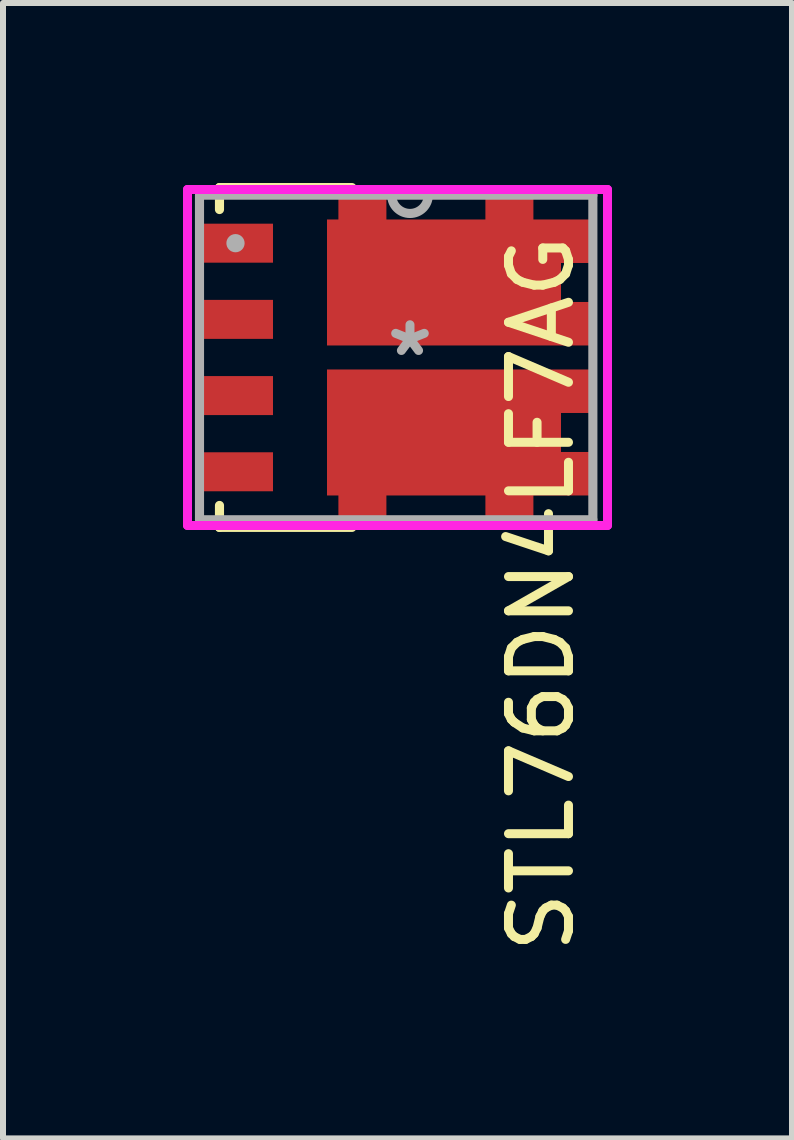
<source format=kicad_pcb>
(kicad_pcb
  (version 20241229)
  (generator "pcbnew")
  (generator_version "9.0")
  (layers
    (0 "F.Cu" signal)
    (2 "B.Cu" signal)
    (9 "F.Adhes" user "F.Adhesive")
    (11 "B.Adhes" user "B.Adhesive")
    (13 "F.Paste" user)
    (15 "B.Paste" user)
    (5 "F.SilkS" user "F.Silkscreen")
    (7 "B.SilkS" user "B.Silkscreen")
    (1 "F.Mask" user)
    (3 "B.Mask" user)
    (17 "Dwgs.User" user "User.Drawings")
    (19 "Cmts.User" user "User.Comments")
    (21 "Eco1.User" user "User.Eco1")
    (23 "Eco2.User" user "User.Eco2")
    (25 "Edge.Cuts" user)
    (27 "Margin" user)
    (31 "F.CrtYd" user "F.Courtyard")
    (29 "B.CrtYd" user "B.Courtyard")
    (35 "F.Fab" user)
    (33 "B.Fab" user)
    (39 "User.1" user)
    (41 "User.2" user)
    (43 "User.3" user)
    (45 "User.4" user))
  (footprint "STL76DN4LF7AG"
    (layer "F.Cu")
    (at 3.875 2.908)
    (property "Reference" "STL76DN4LF7AG" (at 2.095 3.937 90) (layer "F.SilkS") (effects (font (size 1 1) (thickness 0.15))))
    (attr through_hole)
    (fp_line (start -3.267 -2.832) (end -3.267 -2.466) (stroke (width 0.152) (type solid)) (layer "F.SilkS"))
    (fp_line (start -3.267 2.466) (end -3.267 2.832) (stroke (width 0.152) (type solid)) (layer "F.SilkS"))
    (fp_line (start -3.267 2.832) (end -1.06 2.832) (stroke (width 0.152) (type solid)) (layer "F.SilkS"))
    (fp_line (start -1.06 -2.832) (end -3.267 -2.832) (stroke (width 0.152) (type solid)) (layer "F.SilkS"))
    (fp_line (start -3.8 -2.8) (end -3.8 2.8) (stroke (width 0.15) (type solid)) (layer "F.CrtYd"))
    (fp_line (start -3.8 2.8) (end 3.2 2.8) (stroke (width 0.15) (type solid)) (layer "F.CrtYd"))
    (fp_line (start 3.2 -2.8) (end -3.8 -2.8) (stroke (width 0.15) (type solid)) (layer "F.CrtYd"))
    (fp_line (start 3.2 2.8) (end 3.2 -2.8) (stroke (width 0.15) (type solid)) (layer "F.CrtYd"))
    (fp_line (start -3.6 -2.705) (end -3.6 2.705) (stroke (width 0.152) (type solid)) (layer "F.Fab"))
    (fp_line (start -3.6 2.705) (end 2.956 2.705) (stroke (width 0.152) (type solid)) (layer "F.Fab"))
    (fp_line (start 2.956 -2.705) (end -3.6 -2.705) (stroke (width 0.152) (type solid)) (layer "F.Fab"))
    (fp_line (start 2.956 2.705) (end 2.956 -2.705) (stroke (width 0.152) (type solid)) (layer "F.Fab"))
    (fp_arc (start 0.2131 -2.7051) (mid -0.0917 -2.4003) (end -0.3965 -2.7051) (stroke (width 0.1524) (type solid)) (layer "F.Fab"))
    (fp_circle (center -3 -1.905) (end -3 -1.905) (stroke (width 0.152) (type solid)) (fill no) (layer "F.Fab"))
    (fp_text user "*" (at -0.092 0 0) (layer "F.Fab") (effects (font (size 1 1) (thickness 0.15))))
    (pad "1" smd rect (at -3 -1.905) (size 1.25 0.65) (layers "F.Cu" "F.Mask" "F.Paste"))
    (pad "2" smd rect (at -3 -0.635) (size 1.25 0.65) (layers "F.Cu" "F.Mask" "F.Paste"))
    (pad "3" smd rect (at -3 0.635) (size 1.25 0.65) (layers "F.Cu" "F.Mask" "F.Paste"))
    (pad "4" smd rect (at -3 1.905) (size 1.25 0.65) (layers "F.Cu" "F.Mask" "F.Paste"))
    (pad "5/6" smd custom (at 0.565 1.25) (size 1 1) (layers "F.Cu" "F.Mask" "F.Paste") (options (anchor rect)) (primitives (gr_poly (pts (xy 2.46 -1.05) (xy 2.46 -0.325) (xy 1.86 -0.325) (xy 1.86 0.325) (xy 2.46 0.325) (xy 2.46 1.05) (xy 1.86 1.05) (xy 1.4 1.05) (xy 1.4 1.45) (xy 0.6 1.45) (xy 0.6 1.05) (xy -1.05 1.05) (xy -1.05 1.45) (xy -1.85 1.45) (xy -1.85 1.05) (xy -2.04 1.05) (xy -2.04 -1.05)) (width 0) (fill yes))))
    (pad "7/8" smd custom (at 0.565 -1.25) (size 1 1) (layers "F.Cu" "F.Mask" "F.Paste") (options (anchor rect)) (primitives (gr_poly (pts (xy 2.46 1.05) (xy 2.46 0.325) (xy 1.86 0.325) (xy 1.86 -0.325) (xy 2.46 -0.325) (xy 2.46 -1.05) (xy 1.86 -1.05) (xy 1.4 -1.05) (xy 1.4 -1.45) (xy 0.6 -1.45) (xy 0.6 -1.05) (xy -1.05 -1.05) (xy -1.05 -1.45) (xy -1.85 -1.45) (xy -1.85 -1.05) (xy -2.04 -1.05) (xy -2.04 1.05)) (width 0) (fill yes)))))
  (gr_rect
    (start -3 -3)
    (end 10.15 15.923)
    (stroke (width 0.1) (type default))
    (fill no)
    (layer "Edge.Cuts")))
</source>
